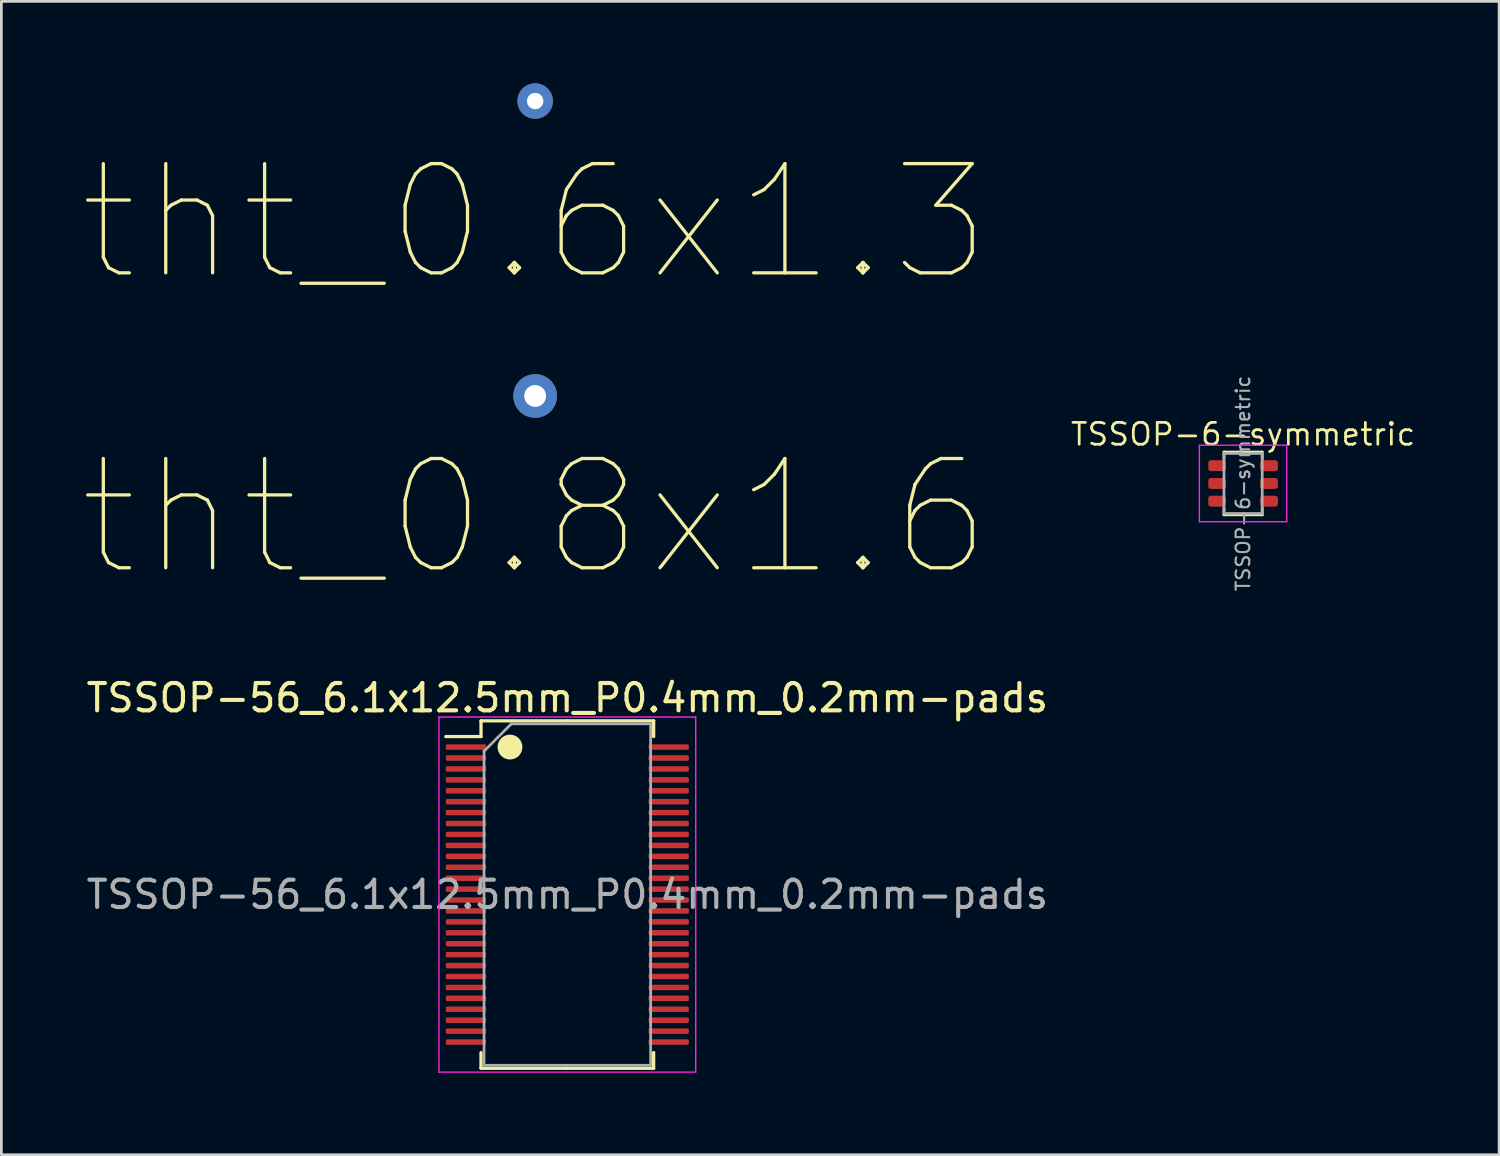
<source format=kicad_pcb>
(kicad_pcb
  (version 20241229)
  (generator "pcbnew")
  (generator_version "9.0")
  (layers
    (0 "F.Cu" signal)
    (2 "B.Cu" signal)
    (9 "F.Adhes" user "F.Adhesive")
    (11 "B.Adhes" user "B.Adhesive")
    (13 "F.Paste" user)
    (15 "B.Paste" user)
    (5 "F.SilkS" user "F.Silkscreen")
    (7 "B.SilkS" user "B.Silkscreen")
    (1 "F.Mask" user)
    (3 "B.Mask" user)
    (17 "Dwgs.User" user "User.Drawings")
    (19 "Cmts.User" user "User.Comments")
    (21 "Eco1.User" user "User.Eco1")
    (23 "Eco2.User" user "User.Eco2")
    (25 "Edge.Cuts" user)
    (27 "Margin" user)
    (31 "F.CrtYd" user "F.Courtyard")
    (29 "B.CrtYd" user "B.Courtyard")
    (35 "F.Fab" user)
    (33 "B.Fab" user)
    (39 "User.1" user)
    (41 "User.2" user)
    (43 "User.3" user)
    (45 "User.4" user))
  (footprint "tht_0.6x1.3"
    (layer "F.Cu")
    (at 16.542 0.65)
    (property "Reference" "tht_0.6x1.3" (at 0 4.445 0) (layer "F.SilkS") (effects (font (size 4 4) (thickness 0.12))))
    (attr through_hole)
    (pad "" thru_hole circle (at 0 0) (size 1.3 1.3) (drill 0.6) (layers "*.Cu" "B.Mask")))
  (footprint "TSSOP-6-symmetric"
    (layer "F.Cu")
    (at 42.459 14.649)
    (property "Reference" "TSSOP-6-symmetric" (at 0 -1.8 0) (unlocked yes) (layer "F.SilkS") (effects (font (size 0.8 0.8) (thickness 0.1))))
    (attr smd)
    (fp_line (start -0.7 -0.9) (end -0.7 -1.15) (stroke (width 0.1) (type default)) (layer "F.SilkS"))
    (fp_line (start -0.7 1.15) (end -0.7 0.9) (stroke (width 0.1) (type default)) (layer "F.SilkS"))
    (fp_line (start -0.7 1.15) (end 0.7 1.15) (stroke (width 0.1) (type default)) (layer "F.SilkS"))
    (fp_line (start 0.7 -1.15) (end -0.7 -1.15) (stroke (width 0.1) (type default)) (layer "F.SilkS"))
    (fp_line (start 0.7 -1.15) (end 0.7 -0.9) (stroke (width 0.1) (type default)) (layer "F.SilkS"))
    (fp_line (start 0.7 1.15) (end 0.7 0.9) (stroke (width 0.1) (type default)) (layer "F.SilkS"))
    (fp_line (start -1.6 -1.4) (end -1.6 1.4) (stroke (width 0.05) (type solid)) (layer "F.CrtYd"))
    (fp_line (start -1.6 -1.4) (end 1.6 -1.4) (stroke (width 0.05) (type solid)) (layer "F.CrtYd"))
    (fp_line (start -1.6 1.4) (end 1.6 1.4) (stroke (width 0.05) (type solid)) (layer "F.CrtYd"))
    (fp_line (start 1.6 1.4) (end 1.6 -1.4) (stroke (width 0.05) (type solid)) (layer "F.CrtYd"))
    (fp_line (start -0.7 -1.1) (end -0.7 1.1) (stroke (width 0.1) (type solid)) (layer "F.Fab"))
    (fp_line (start 0.7 -1.1) (end -0.7 -1.1) (stroke (width 0.1) (type solid)) (layer "F.Fab"))
    (fp_line (start 0.7 -1.1) (end 0.7 1.1) (stroke (width 0.1) (type solid)) (layer "F.Fab"))
    (fp_line (start 0.7 1.1) (end -0.7 1.1) (stroke (width 0.1) (type solid)) (layer "F.Fab"))
    (fp_text user "${REFERENCE}" (at 0 0 90) (layer "F.Fab") (effects (font (size 0.5 0.5) (thickness 0.075))))
    (pad "1" smd roundrect (at -0.95 -0.65) (size 0.65 0.4) (layers "F.Cu" "F.Mask" "F.Paste") (roundrect_rratio 0.25))
    (pad "2" smd roundrect (at -0.95 0) (size 0.65 0.4) (layers "F.Cu" "F.Mask" "F.Paste") (roundrect_rratio 0.25))
    (pad "3" smd roundrect (at -0.95 0.65) (size 0.65 0.4) (layers "F.Cu" "F.Mask" "F.Paste") (roundrect_rratio 0.25))
    (pad "4" smd roundrect (at 0.95 0.65) (size 0.65 0.4) (layers "F.Cu" "F.Mask" "F.Paste") (roundrect_rratio 0.25))
    (pad "5" smd roundrect (at 0.95 0) (size 0.65 0.4) (layers "F.Cu" "F.Mask" "F.Paste") (roundrect_rratio 0.25))
    (pad "6" smd roundrect (at 0.95 -0.65) (size 0.65 0.4) (layers "F.Cu" "F.Mask" "F.Paste") (roundrect_rratio 0.25)))
  (footprint "TSSOP-56_6.1x12.5mm_P0.4mm_0.2mm-pads"
    (layer "F.Cu")
    (at 17.72 29.7)
    (property "Reference" "TSSOP-56_6.1x12.5mm_P0.4mm_0.2mm-pads" (at 0 -7.2 0) (layer "F.SilkS") (effects (font (size 1 1) (thickness 0.15))))
    (attr smd)
    (fp_line (start -3.16 -6.36) (end -3.16 -5.785) (stroke (width 0.12) (type solid)) (layer "F.SilkS"))
    (fp_line (start -3.16 -5.785) (end -4.45 -5.785) (stroke (width 0.12) (type solid)) (layer "F.SilkS"))
    (fp_line (start -3.16 6.36) (end -3.16 5.785) (stroke (width 0.12) (type solid)) (layer "F.SilkS"))
    (fp_line (start 0 -6.36) (end -3.16 -6.36) (stroke (width 0.12) (type solid)) (layer "F.SilkS"))
    (fp_line (start 0 -6.36) (end 3.16 -6.36) (stroke (width 0.12) (type solid)) (layer "F.SilkS"))
    (fp_line (start 0 6.36) (end -3.16 6.36) (stroke (width 0.12) (type solid)) (layer "F.SilkS"))
    (fp_line (start 0 6.36) (end 3.16 6.36) (stroke (width 0.12) (type solid)) (layer "F.SilkS"))
    (fp_line (start 3.16 -6.36) (end 3.16 -5.785) (stroke (width 0.12) (type solid)) (layer "F.SilkS"))
    (fp_line (start 3.16 6.36) (end 3.16 5.785) (stroke (width 0.12) (type solid)) (layer "F.SilkS"))
    (fp_circle (center -2.1 -5.4) (end -1.65 -5.4) (stroke (width 0.01) (type solid)) (fill yes) (layer "F.SilkS"))
    (fp_line (start -4.7 -6.5) (end -4.7 6.5) (stroke (width 0.05) (type solid)) (layer "F.CrtYd"))
    (fp_line (start -4.7 6.5) (end 4.7 6.5) (stroke (width 0.05) (type solid)) (layer "F.CrtYd"))
    (fp_line (start 4.7 -6.5) (end -4.7 -6.5) (stroke (width 0.05) (type solid)) (layer "F.CrtYd"))
    (fp_line (start 4.7 6.5) (end 4.7 -6.5) (stroke (width 0.05) (type solid)) (layer "F.CrtYd"))
    (fp_line (start -3.05 -5.25) (end -2.05 -6.25) (stroke (width 0.1) (type solid)) (layer "F.Fab"))
    (fp_line (start -3.05 6.25) (end -3.05 -5.25) (stroke (width 0.1) (type solid)) (layer "F.Fab"))
    (fp_line (start -2.05 -6.25) (end 3.05 -6.25) (stroke (width 0.1) (type solid)) (layer "F.Fab"))
    (fp_line (start 3.05 -6.25) (end 3.05 6.25) (stroke (width 0.1) (type solid)) (layer "F.Fab"))
    (fp_line (start 3.05 6.25) (end -3.05 6.25) (stroke (width 0.1) (type solid)) (layer "F.Fab"))
    (fp_text user "${REFERENCE}" (at 0 0 0) (layer "F.Fab") (effects (font (size 1 1) (thickness 0.15))))
    (pad "1" smd roundrect (at -3.712 -5.4) (size 1.475 0.2) (layers "F.Cu" "F.Mask" "F.Paste") (roundrect_rratio 0.25))
    (pad "2" smd roundrect (at -3.712 -5) (size 1.475 0.2) (layers "F.Cu" "F.Mask" "F.Paste") (roundrect_rratio 0.25))
    (pad "3" smd roundrect (at -3.712 -4.6) (size 1.475 0.2) (layers "F.Cu" "F.Mask" "F.Paste") (roundrect_rratio 0.25))
    (pad "4" smd roundrect (at -3.712 -4.2) (size 1.475 0.2) (layers "F.Cu" "F.Mask" "F.Paste") (roundrect_rratio 0.25))
    (pad "5" smd roundrect (at -3.712 -3.8) (size 1.475 0.2) (layers "F.Cu" "F.Mask" "F.Paste") (roundrect_rratio 0.25))
    (pad "6" smd roundrect (at -3.712 -3.4) (size 1.475 0.2) (layers "F.Cu" "F.Mask" "F.Paste") (roundrect_rratio 0.25))
    (pad "7" smd roundrect (at -3.712 -3) (size 1.475 0.2) (layers "F.Cu" "F.Mask" "F.Paste") (roundrect_rratio 0.25))
    (pad "8" smd roundrect (at -3.712 -2.6) (size 1.475 0.2) (layers "F.Cu" "F.Mask" "F.Paste") (roundrect_rratio 0.25))
    (pad "9" smd roundrect (at -3.712 -2.2) (size 1.475 0.2) (layers "F.Cu" "F.Mask" "F.Paste") (roundrect_rratio 0.25))
    (pad "10" smd roundrect (at -3.712 -1.8) (size 1.475 0.2) (layers "F.Cu" "F.Mask" "F.Paste") (roundrect_rratio 0.25))
    (pad "11" smd roundrect (at -3.712 -1.4) (size 1.475 0.2) (layers "F.Cu" "F.Mask" "F.Paste") (roundrect_rratio 0.25))
    (pad "12" smd roundrect (at -3.712 -1) (size 1.475 0.2) (layers "F.Cu" "F.Mask" "F.Paste") (roundrect_rratio 0.25))
    (pad "13" smd roundrect (at -3.712 -0.6) (size 1.475 0.2) (layers "F.Cu" "F.Mask" "F.Paste") (roundrect_rratio 0.25))
    (pad "14" smd roundrect (at -3.712 -0.2) (size 1.475 0.2) (layers "F.Cu" "F.Mask" "F.Paste") (roundrect_rratio 0.25))
    (pad "15" smd roundrect (at -3.712 0.2) (size 1.475 0.2) (layers "F.Cu" "F.Mask" "F.Paste") (roundrect_rratio 0.25))
    (pad "16" smd roundrect (at -3.712 0.6) (size 1.475 0.2) (layers "F.Cu" "F.Mask" "F.Paste") (roundrect_rratio 0.25))
    (pad "17" smd roundrect (at -3.712 1) (size 1.475 0.2) (layers "F.Cu" "F.Mask" "F.Paste") (roundrect_rratio 0.25))
    (pad "18" smd roundrect (at -3.712 1.4) (size 1.475 0.2) (layers "F.Cu" "F.Mask" "F.Paste") (roundrect_rratio 0.25))
    (pad "19" smd roundrect (at -3.712 1.8) (size 1.475 0.2) (layers "F.Cu" "F.Mask" "F.Paste") (roundrect_rratio 0.25))
    (pad "20" smd roundrect (at -3.712 2.2) (size 1.475 0.2) (layers "F.Cu" "F.Mask" "F.Paste") (roundrect_rratio 0.25))
    (pad "21" smd roundrect (at -3.712 2.6) (size 1.475 0.2) (layers "F.Cu" "F.Mask" "F.Paste") (roundrect_rratio 0.25))
    (pad "22" smd roundrect (at -3.712 3) (size 1.475 0.2) (layers "F.Cu" "F.Mask" "F.Paste") (roundrect_rratio 0.25))
    (pad "23" smd roundrect (at -3.712 3.4) (size 1.475 0.2) (layers "F.Cu" "F.Mask" "F.Paste") (roundrect_rratio 0.25))
    (pad "24" smd roundrect (at -3.712 3.8) (size 1.475 0.2) (layers "F.Cu" "F.Mask" "F.Paste") (roundrect_rratio 0.25))
    (pad "25" smd roundrect (at -3.712 4.2) (size 1.475 0.2) (layers "F.Cu" "F.Mask" "F.Paste") (roundrect_rratio 0.25))
    (pad "26" smd roundrect (at -3.712 4.6) (size 1.475 0.2) (layers "F.Cu" "F.Mask" "F.Paste") (roundrect_rratio 0.25))
    (pad "27" smd roundrect (at -3.712 5) (size 1.475 0.2) (layers "F.Cu" "F.Mask" "F.Paste") (roundrect_rratio 0.25))
    (pad "28" smd roundrect (at -3.712 5.4) (size 1.475 0.2) (layers "F.Cu" "F.Mask" "F.Paste") (roundrect_rratio 0.25))
    (pad "29" smd roundrect (at 3.712 5.4) (size 1.475 0.2) (layers "F.Cu" "F.Mask" "F.Paste") (roundrect_rratio 0.25))
    (pad "30" smd roundrect (at 3.712 5) (size 1.475 0.2) (layers "F.Cu" "F.Mask" "F.Paste") (roundrect_rratio 0.25))
    (pad "31" smd roundrect (at 3.712 4.6) (size 1.475 0.2) (layers "F.Cu" "F.Mask" "F.Paste") (roundrect_rratio 0.25))
    (pad "32" smd roundrect (at 3.712 4.2) (size 1.475 0.2) (layers "F.Cu" "F.Mask" "F.Paste") (roundrect_rratio 0.25))
    (pad "33" smd roundrect (at 3.712 3.8) (size 1.475 0.2) (layers "F.Cu" "F.Mask" "F.Paste") (roundrect_rratio 0.25))
    (pad "34" smd roundrect (at 3.712 3.4) (size 1.475 0.2) (layers "F.Cu" "F.Mask" "F.Paste") (roundrect_rratio 0.25))
    (pad "35" smd roundrect (at 3.712 3) (size 1.475 0.2) (layers "F.Cu" "F.Mask" "F.Paste") (roundrect_rratio 0.25))
    (pad "36" smd roundrect (at 3.712 2.6) (size 1.475 0.2) (layers "F.Cu" "F.Mask" "F.Paste") (roundrect_rratio 0.25))
    (pad "37" smd roundrect (at 3.712 2.2) (size 1.475 0.2) (layers "F.Cu" "F.Mask" "F.Paste") (roundrect_rratio 0.25))
    (pad "38" smd roundrect (at 3.712 1.8) (size 1.475 0.2) (layers "F.Cu" "F.Mask" "F.Paste") (roundrect_rratio 0.25))
    (pad "39" smd roundrect (at 3.712 1.4) (size 1.475 0.2) (layers "F.Cu" "F.Mask" "F.Paste") (roundrect_rratio 0.25))
    (pad "40" smd roundrect (at 3.712 1) (size 1.475 0.2) (layers "F.Cu" "F.Mask" "F.Paste") (roundrect_rratio 0.25))
    (pad "41" smd roundrect (at 3.712 0.6) (size 1.475 0.2) (layers "F.Cu" "F.Mask" "F.Paste") (roundrect_rratio 0.25))
    (pad "42" smd roundrect (at 3.712 0.2) (size 1.475 0.2) (layers "F.Cu" "F.Mask" "F.Paste") (roundrect_rratio 0.25))
    (pad "43" smd roundrect (at 3.712 -0.2) (size 1.475 0.2) (layers "F.Cu" "F.Mask" "F.Paste") (roundrect_rratio 0.25))
    (pad "44" smd roundrect (at 3.712 -0.6) (size 1.475 0.2) (layers "F.Cu" "F.Mask" "F.Paste") (roundrect_rratio 0.25))
    (pad "45" smd roundrect (at 3.712 -1) (size 1.475 0.2) (layers "F.Cu" "F.Mask" "F.Paste") (roundrect_rratio 0.25))
    (pad "46" smd roundrect (at 3.712 -1.4) (size 1.475 0.2) (layers "F.Cu" "F.Mask" "F.Paste") (roundrect_rratio 0.25))
    (pad "47" smd roundrect (at 3.712 -1.8) (size 1.475 0.2) (layers "F.Cu" "F.Mask" "F.Paste") (roundrect_rratio 0.25))
    (pad "48" smd roundrect (at 3.712 -2.2) (size 1.475 0.2) (layers "F.Cu" "F.Mask" "F.Paste") (roundrect_rratio 0.25))
    (pad "49" smd roundrect (at 3.712 -2.6) (size 1.475 0.2) (layers "F.Cu" "F.Mask" "F.Paste") (roundrect_rratio 0.25))
    (pad "50" smd roundrect (at 3.712 -3) (size 1.475 0.2) (layers "F.Cu" "F.Mask" "F.Paste") (roundrect_rratio 0.25))
    (pad "51" smd roundrect (at 3.712 -3.4) (size 1.475 0.2) (layers "F.Cu" "F.Mask" "F.Paste") (roundrect_rratio 0.25))
    (pad "52" smd roundrect (at 3.712 -3.8) (size 1.475 0.2) (layers "F.Cu" "F.Mask" "F.Paste") (roundrect_rratio 0.25))
    (pad "53" smd roundrect (at 3.712 -4.2) (size 1.475 0.2) (layers "F.Cu" "F.Mask" "F.Paste") (roundrect_rratio 0.25))
    (pad "54" smd roundrect (at 3.712 -4.6) (size 1.475 0.2) (layers "F.Cu" "F.Mask" "F.Paste") (roundrect_rratio 0.25))
    (pad "55" smd roundrect (at 3.712 -5) (size 1.475 0.2) (layers "F.Cu" "F.Mask" "F.Paste") (roundrect_rratio 0.25))
    (pad "56" smd roundrect (at 3.712 -5.4) (size 1.475 0.2) (layers "F.Cu" "F.Mask" "F.Paste") (roundrect_rratio 0.25)))
  (footprint "tht_0.8x1.6"
    (layer "F.Cu")
    (at 16.542 11.446)
    (property "Reference" "tht_0.8x1.6" (at 0 4.445 0) (layer "F.SilkS") (effects (font (size 4 4) (thickness 0.12))))
    (attr through_hole)
    (pad "" thru_hole circle (at 0 0) (size 1.6 1.6) (drill 0.8) (layers "*.Cu" "B.Mask")))
  (gr_rect
    (start -3 -3)
    (end 51.833 39.225)
    (stroke (width 0.1) (type default))
    (fill no)
    (layer "Edge.Cuts")))
</source>
